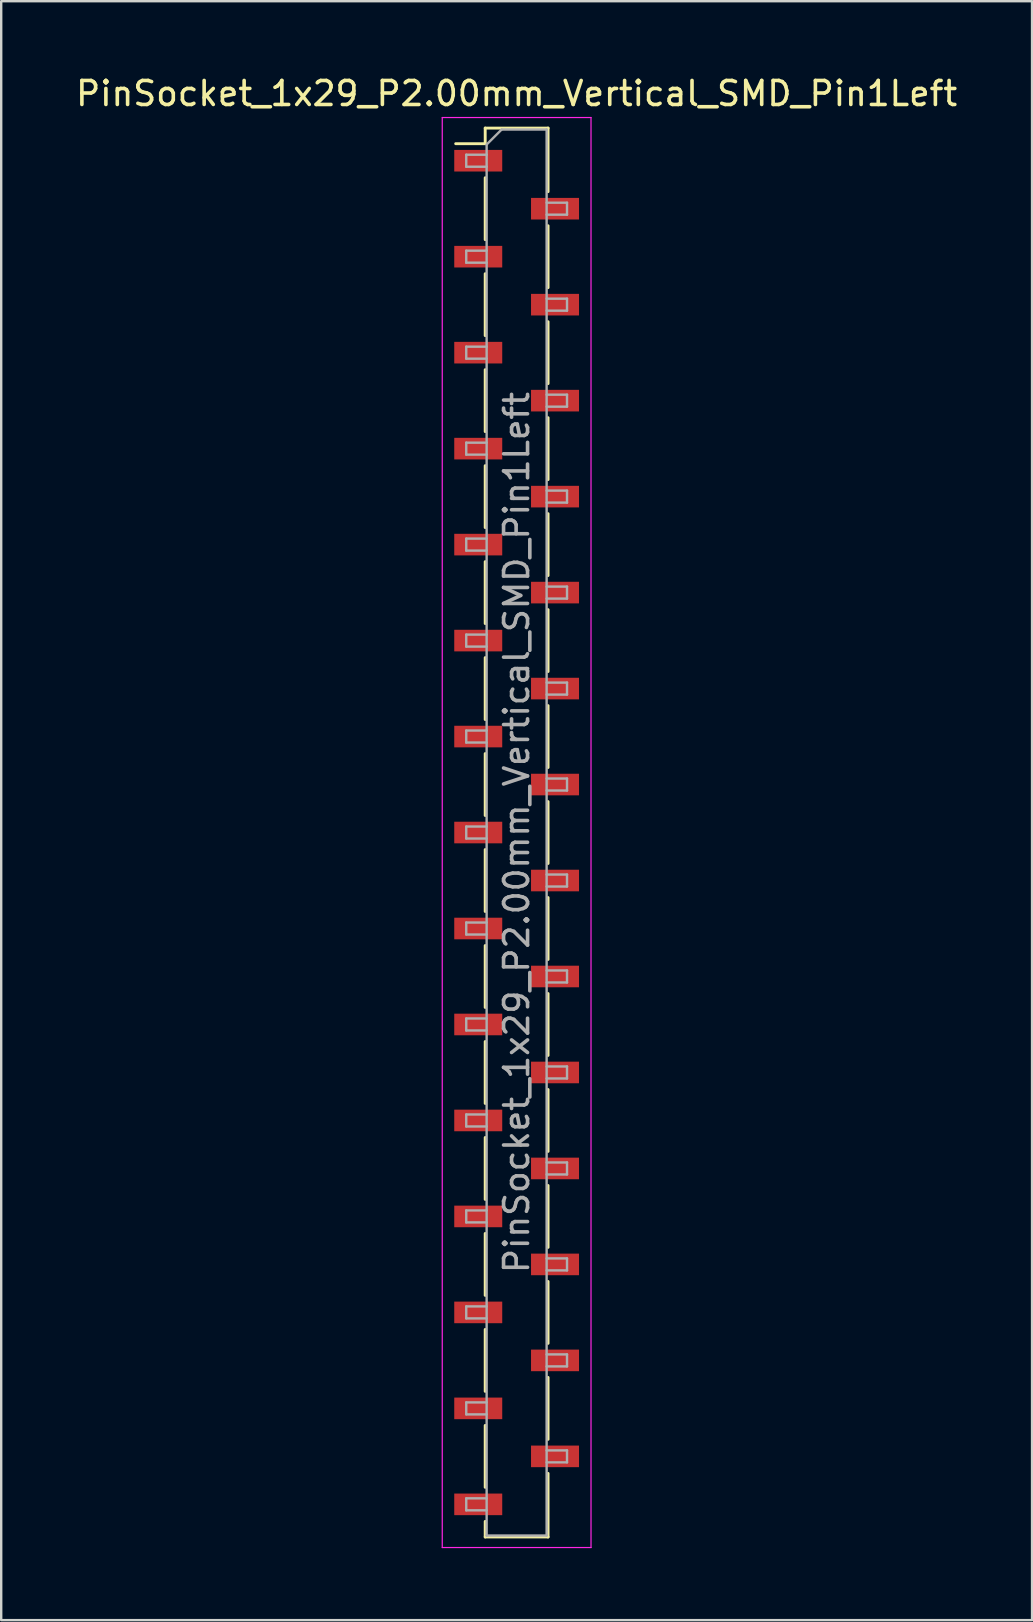
<source format=kicad_pcb>
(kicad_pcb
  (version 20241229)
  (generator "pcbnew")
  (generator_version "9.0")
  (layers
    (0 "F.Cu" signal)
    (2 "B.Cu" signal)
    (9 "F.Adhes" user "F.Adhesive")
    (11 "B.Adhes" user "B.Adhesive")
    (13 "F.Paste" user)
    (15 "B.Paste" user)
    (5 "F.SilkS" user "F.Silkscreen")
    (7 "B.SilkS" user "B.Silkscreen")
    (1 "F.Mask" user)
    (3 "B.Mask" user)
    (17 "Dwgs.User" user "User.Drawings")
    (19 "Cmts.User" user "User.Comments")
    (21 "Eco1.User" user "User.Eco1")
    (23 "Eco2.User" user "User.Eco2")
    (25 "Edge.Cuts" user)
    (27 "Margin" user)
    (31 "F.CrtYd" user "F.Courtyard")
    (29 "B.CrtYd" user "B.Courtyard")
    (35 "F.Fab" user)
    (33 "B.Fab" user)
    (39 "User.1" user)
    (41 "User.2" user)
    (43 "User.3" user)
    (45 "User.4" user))
  (footprint "PinSocket_1x29_P2.00mm_Vertical_SMD_Pin1Left"
    (layer "F.Cu")
    (at 18.482 31.648)
    (property "Reference" "PinSocket_1x29_P2.00mm_Vertical_SMD_Pin1Left" (at 0 -30.8 0) (layer "F.SilkS") (effects (font (size 1 1) (thickness 0.15))))
    (attr smd)
    (fp_line (start -2.54 -28.71) (end -1.31 -28.71) (stroke (width 0.12) (type solid)) (layer "F.SilkS"))
    (fp_line (start -1.31 -29.36) (end -1.31 -28.71) (stroke (width 0.12) (type solid)) (layer "F.SilkS"))
    (fp_line (start -1.31 -29.36) (end 1.31 -29.36) (stroke (width 0.12) (type solid)) (layer "F.SilkS"))
    (fp_line (start -1.31 -27.29) (end -1.31 -24.71) (stroke (width 0.12) (type solid)) (layer "F.SilkS"))
    (fp_line (start -1.31 -23.29) (end -1.31 -20.71) (stroke (width 0.12) (type solid)) (layer "F.SilkS"))
    (fp_line (start -1.31 -19.29) (end -1.31 -16.71) (stroke (width 0.12) (type solid)) (layer "F.SilkS"))
    (fp_line (start -1.31 -15.29) (end -1.31 -12.71) (stroke (width 0.12) (type solid)) (layer "F.SilkS"))
    (fp_line (start -1.31 -11.29) (end -1.31 -8.71) (stroke (width 0.12) (type solid)) (layer "F.SilkS"))
    (fp_line (start -1.31 -7.29) (end -1.31 -4.71) (stroke (width 0.12) (type solid)) (layer "F.SilkS"))
    (fp_line (start -1.31 -3.29) (end -1.31 -0.71) (stroke (width 0.12) (type solid)) (layer "F.SilkS"))
    (fp_line (start -1.31 0.71) (end -1.31 3.29) (stroke (width 0.12) (type solid)) (layer "F.SilkS"))
    (fp_line (start -1.31 4.71) (end -1.31 7.29) (stroke (width 0.12) (type solid)) (layer "F.SilkS"))
    (fp_line (start -1.31 8.71) (end -1.31 11.29) (stroke (width 0.12) (type solid)) (layer "F.SilkS"))
    (fp_line (start -1.31 12.71) (end -1.31 15.29) (stroke (width 0.12) (type solid)) (layer "F.SilkS"))
    (fp_line (start -1.31 16.71) (end -1.31 19.29) (stroke (width 0.12) (type solid)) (layer "F.SilkS"))
    (fp_line (start -1.31 20.71) (end -1.31 23.29) (stroke (width 0.12) (type solid)) (layer "F.SilkS"))
    (fp_line (start -1.31 24.71) (end -1.31 27.29) (stroke (width 0.12) (type solid)) (layer "F.SilkS"))
    (fp_line (start -1.31 28.71) (end -1.31 29.36) (stroke (width 0.12) (type solid)) (layer "F.SilkS"))
    (fp_line (start -1.31 29.36) (end 1.31 29.36) (stroke (width 0.12) (type solid)) (layer "F.SilkS"))
    (fp_line (start 1.31 -29.36) (end 1.31 -26.71) (stroke (width 0.12) (type solid)) (layer "F.SilkS"))
    (fp_line (start 1.31 -25.29) (end 1.31 -22.71) (stroke (width 0.12) (type solid)) (layer "F.SilkS"))
    (fp_line (start 1.31 -21.29) (end 1.31 -18.71) (stroke (width 0.12) (type solid)) (layer "F.SilkS"))
    (fp_line (start 1.31 -17.29) (end 1.31 -14.71) (stroke (width 0.12) (type solid)) (layer "F.SilkS"))
    (fp_line (start 1.31 -13.29) (end 1.31 -10.71) (stroke (width 0.12) (type solid)) (layer "F.SilkS"))
    (fp_line (start 1.31 -9.29) (end 1.31 -6.71) (stroke (width 0.12) (type solid)) (layer "F.SilkS"))
    (fp_line (start 1.31 -5.29) (end 1.31 -2.71) (stroke (width 0.12) (type solid)) (layer "F.SilkS"))
    (fp_line (start 1.31 -1.29) (end 1.31 1.29) (stroke (width 0.12) (type solid)) (layer "F.SilkS"))
    (fp_line (start 1.31 2.71) (end 1.31 5.29) (stroke (width 0.12) (type solid)) (layer "F.SilkS"))
    (fp_line (start 1.31 6.71) (end 1.31 9.29) (stroke (width 0.12) (type solid)) (layer "F.SilkS"))
    (fp_line (start 1.31 10.71) (end 1.31 13.29) (stroke (width 0.12) (type solid)) (layer "F.SilkS"))
    (fp_line (start 1.31 14.71) (end 1.31 17.29) (stroke (width 0.12) (type solid)) (layer "F.SilkS"))
    (fp_line (start 1.31 18.71) (end 1.31 21.29) (stroke (width 0.12) (type solid)) (layer "F.SilkS"))
    (fp_line (start 1.31 22.71) (end 1.31 25.29) (stroke (width 0.12) (type solid)) (layer "F.SilkS"))
    (fp_line (start 1.31 26.71) (end 1.31 29.36) (stroke (width 0.12) (type solid)) (layer "F.SilkS"))
    (fp_line (start -3.1 -29.8) (end 3.1 -29.8) (stroke (width 0.05) (type solid)) (layer "F.CrtYd"))
    (fp_line (start -3.1 29.8) (end -3.1 -29.8) (stroke (width 0.05) (type solid)) (layer "F.CrtYd"))
    (fp_line (start 3.1 -29.8) (end 3.1 29.8) (stroke (width 0.05) (type solid)) (layer "F.CrtYd"))
    (fp_line (start 3.1 29.8) (end -3.1 29.8) (stroke (width 0.05) (type solid)) (layer "F.CrtYd"))
    (fp_line (start -2.1 -28.25) (end -1.25 -28.25) (stroke (width 0.1) (type solid)) (layer "F.Fab"))
    (fp_line (start -2.1 -27.75) (end -2.1 -28.25) (stroke (width 0.1) (type solid)) (layer "F.Fab"))
    (fp_line (start -2.1 -24.25) (end -1.25 -24.25) (stroke (width 0.1) (type solid)) (layer "F.Fab"))
    (fp_line (start -2.1 -23.75) (end -2.1 -24.25) (stroke (width 0.1) (type solid)) (layer "F.Fab"))
    (fp_line (start -2.1 -20.25) (end -1.25 -20.25) (stroke (width 0.1) (type solid)) (layer "F.Fab"))
    (fp_line (start -2.1 -19.75) (end -2.1 -20.25) (stroke (width 0.1) (type solid)) (layer "F.Fab"))
    (fp_line (start -2.1 -16.25) (end -1.25 -16.25) (stroke (width 0.1) (type solid)) (layer "F.Fab"))
    (fp_line (start -2.1 -15.75) (end -2.1 -16.25) (stroke (width 0.1) (type solid)) (layer "F.Fab"))
    (fp_line (start -2.1 -12.25) (end -1.25 -12.25) (stroke (width 0.1) (type solid)) (layer "F.Fab"))
    (fp_line (start -2.1 -11.75) (end -2.1 -12.25) (stroke (width 0.1) (type solid)) (layer "F.Fab"))
    (fp_line (start -2.1 -8.25) (end -1.25 -8.25) (stroke (width 0.1) (type solid)) (layer "F.Fab"))
    (fp_line (start -2.1 -7.75) (end -2.1 -8.25) (stroke (width 0.1) (type solid)) (layer "F.Fab"))
    (fp_line (start -2.1 -4.25) (end -1.25 -4.25) (stroke (width 0.1) (type solid)) (layer "F.Fab"))
    (fp_line (start -2.1 -3.75) (end -2.1 -4.25) (stroke (width 0.1) (type solid)) (layer "F.Fab"))
    (fp_line (start -2.1 -0.25) (end -1.25 -0.25) (stroke (width 0.1) (type solid)) (layer "F.Fab"))
    (fp_line (start -2.1 0.25) (end -2.1 -0.25) (stroke (width 0.1) (type solid)) (layer "F.Fab"))
    (fp_line (start -2.1 3.75) (end -1.25 3.75) (stroke (width 0.1) (type solid)) (layer "F.Fab"))
    (fp_line (start -2.1 4.25) (end -2.1 3.75) (stroke (width 0.1) (type solid)) (layer "F.Fab"))
    (fp_line (start -2.1 7.75) (end -1.25 7.75) (stroke (width 0.1) (type solid)) (layer "F.Fab"))
    (fp_line (start -2.1 8.25) (end -2.1 7.75) (stroke (width 0.1) (type solid)) (layer "F.Fab"))
    (fp_line (start -2.1 11.75) (end -1.25 11.75) (stroke (width 0.1) (type solid)) (layer "F.Fab"))
    (fp_line (start -2.1 12.25) (end -2.1 11.75) (stroke (width 0.1) (type solid)) (layer "F.Fab"))
    (fp_line (start -2.1 15.75) (end -1.25 15.75) (stroke (width 0.1) (type solid)) (layer "F.Fab"))
    (fp_line (start -2.1 16.25) (end -2.1 15.75) (stroke (width 0.1) (type solid)) (layer "F.Fab"))
    (fp_line (start -2.1 19.75) (end -1.25 19.75) (stroke (width 0.1) (type solid)) (layer "F.Fab"))
    (fp_line (start -2.1 20.25) (end -2.1 19.75) (stroke (width 0.1) (type solid)) (layer "F.Fab"))
    (fp_line (start -2.1 23.75) (end -1.25 23.75) (stroke (width 0.1) (type solid)) (layer "F.Fab"))
    (fp_line (start -2.1 24.25) (end -2.1 23.75) (stroke (width 0.1) (type solid)) (layer "F.Fab"))
    (fp_line (start -2.1 27.75) (end -1.25 27.75) (stroke (width 0.1) (type solid)) (layer "F.Fab"))
    (fp_line (start -2.1 28.25) (end -2.1 27.75) (stroke (width 0.1) (type solid)) (layer "F.Fab"))
    (fp_line (start -1.25 -28.675) (end -0.625 -29.3) (stroke (width 0.1) (type solid)) (layer "F.Fab"))
    (fp_line (start -1.25 -27.75) (end -2.1 -27.75) (stroke (width 0.1) (type solid)) (layer "F.Fab"))
    (fp_line (start -1.25 -23.75) (end -2.1 -23.75) (stroke (width 0.1) (type solid)) (layer "F.Fab"))
    (fp_line (start -1.25 -19.75) (end -2.1 -19.75) (stroke (width 0.1) (type solid)) (layer "F.Fab"))
    (fp_line (start -1.25 -15.75) (end -2.1 -15.75) (stroke (width 0.1) (type solid)) (layer "F.Fab"))
    (fp_line (start -1.25 -11.75) (end -2.1 -11.75) (stroke (width 0.1) (type solid)) (layer "F.Fab"))
    (fp_line (start -1.25 -7.75) (end -2.1 -7.75) (stroke (width 0.1) (type solid)) (layer "F.Fab"))
    (fp_line (start -1.25 -3.75) (end -2.1 -3.75) (stroke (width 0.1) (type solid)) (layer "F.Fab"))
    (fp_line (start -1.25 0.25) (end -2.1 0.25) (stroke (width 0.1) (type solid)) (layer "F.Fab"))
    (fp_line (start -1.25 4.25) (end -2.1 4.25) (stroke (width 0.1) (type solid)) (layer "F.Fab"))
    (fp_line (start -1.25 8.25) (end -2.1 8.25) (stroke (width 0.1) (type solid)) (layer "F.Fab"))
    (fp_line (start -1.25 12.25) (end -2.1 12.25) (stroke (width 0.1) (type solid)) (layer "F.Fab"))
    (fp_line (start -1.25 16.25) (end -2.1 16.25) (stroke (width 0.1) (type solid)) (layer "F.Fab"))
    (fp_line (start -1.25 20.25) (end -2.1 20.25) (stroke (width 0.1) (type solid)) (layer "F.Fab"))
    (fp_line (start -1.25 24.25) (end -2.1 24.25) (stroke (width 0.1) (type solid)) (layer "F.Fab"))
    (fp_line (start -1.25 28.25) (end -2.1 28.25) (stroke (width 0.1) (type solid)) (layer "F.Fab"))
    (fp_line (start -1.25 29.3) (end -1.25 -28.675) (stroke (width 0.1) (type solid)) (layer "F.Fab"))
    (fp_line (start -0.625 -29.3) (end 1.25 -29.3) (stroke (width 0.1) (type solid)) (layer "F.Fab"))
    (fp_line (start 1.25 -29.3) (end 1.25 29.3) (stroke (width 0.1) (type solid)) (layer "F.Fab"))
    (fp_line (start 1.25 -26.25) (end 2.1 -26.25) (stroke (width 0.1) (type solid)) (layer "F.Fab"))
    (fp_line (start 1.25 -22.25) (end 2.1 -22.25) (stroke (width 0.1) (type solid)) (layer "F.Fab"))
    (fp_line (start 1.25 -18.25) (end 2.1 -18.25) (stroke (width 0.1) (type solid)) (layer "F.Fab"))
    (fp_line (start 1.25 -14.25) (end 2.1 -14.25) (stroke (width 0.1) (type solid)) (layer "F.Fab"))
    (fp_line (start 1.25 -10.25) (end 2.1 -10.25) (stroke (width 0.1) (type solid)) (layer "F.Fab"))
    (fp_line (start 1.25 -6.25) (end 2.1 -6.25) (stroke (width 0.1) (type solid)) (layer "F.Fab"))
    (fp_line (start 1.25 -2.25) (end 2.1 -2.25) (stroke (width 0.1) (type solid)) (layer "F.Fab"))
    (fp_line (start 1.25 1.75) (end 2.1 1.75) (stroke (width 0.1) (type solid)) (layer "F.Fab"))
    (fp_line (start 1.25 5.75) (end 2.1 5.75) (stroke (width 0.1) (type solid)) (layer "F.Fab"))
    (fp_line (start 1.25 9.75) (end 2.1 9.75) (stroke (width 0.1) (type solid)) (layer "F.Fab"))
    (fp_line (start 1.25 13.75) (end 2.1 13.75) (stroke (width 0.1) (type solid)) (layer "F.Fab"))
    (fp_line (start 1.25 17.75) (end 2.1 17.75) (stroke (width 0.1) (type solid)) (layer "F.Fab"))
    (fp_line (start 1.25 21.75) (end 2.1 21.75) (stroke (width 0.1) (type solid)) (layer "F.Fab"))
    (fp_line (start 1.25 25.75) (end 2.1 25.75) (stroke (width 0.1) (type solid)) (layer "F.Fab"))
    (fp_line (start 1.25 29.3) (end -1.25 29.3) (stroke (width 0.1) (type solid)) (layer "F.Fab"))
    (fp_line (start 2.1 -26.25) (end 2.1 -25.75) (stroke (width 0.1) (type solid)) (layer "F.Fab"))
    (fp_line (start 2.1 -25.75) (end 1.25 -25.75) (stroke (width 0.1) (type solid)) (layer "F.Fab"))
    (fp_line (start 2.1 -22.25) (end 2.1 -21.75) (stroke (width 0.1) (type solid)) (layer "F.Fab"))
    (fp_line (start 2.1 -21.75) (end 1.25 -21.75) (stroke (width 0.1) (type solid)) (layer "F.Fab"))
    (fp_line (start 2.1 -18.25) (end 2.1 -17.75) (stroke (width 0.1) (type solid)) (layer "F.Fab"))
    (fp_line (start 2.1 -17.75) (end 1.25 -17.75) (stroke (width 0.1) (type solid)) (layer "F.Fab"))
    (fp_line (start 2.1 -14.25) (end 2.1 -13.75) (stroke (width 0.1) (type solid)) (layer "F.Fab"))
    (fp_line (start 2.1 -13.75) (end 1.25 -13.75) (stroke (width 0.1) (type solid)) (layer "F.Fab"))
    (fp_line (start 2.1 -10.25) (end 2.1 -9.75) (stroke (width 0.1) (type solid)) (layer "F.Fab"))
    (fp_line (start 2.1 -9.75) (end 1.25 -9.75) (stroke (width 0.1) (type solid)) (layer "F.Fab"))
    (fp_line (start 2.1 -6.25) (end 2.1 -5.75) (stroke (width 0.1) (type solid)) (layer "F.Fab"))
    (fp_line (start 2.1 -5.75) (end 1.25 -5.75) (stroke (width 0.1) (type solid)) (layer "F.Fab"))
    (fp_line (start 2.1 -2.25) (end 2.1 -1.75) (stroke (width 0.1) (type solid)) (layer "F.Fab"))
    (fp_line (start 2.1 -1.75) (end 1.25 -1.75) (stroke (width 0.1) (type solid)) (layer "F.Fab"))
    (fp_line (start 2.1 1.75) (end 2.1 2.25) (stroke (width 0.1) (type solid)) (layer "F.Fab"))
    (fp_line (start 2.1 2.25) (end 1.25 2.25) (stroke (width 0.1) (type solid)) (layer "F.Fab"))
    (fp_line (start 2.1 5.75) (end 2.1 6.25) (stroke (width 0.1) (type solid)) (layer "F.Fab"))
    (fp_line (start 2.1 6.25) (end 1.25 6.25) (stroke (width 0.1) (type solid)) (layer "F.Fab"))
    (fp_line (start 2.1 9.75) (end 2.1 10.25) (stroke (width 0.1) (type solid)) (layer "F.Fab"))
    (fp_line (start 2.1 10.25) (end 1.25 10.25) (stroke (width 0.1) (type solid)) (layer "F.Fab"))
    (fp_line (start 2.1 13.75) (end 2.1 14.25) (stroke (width 0.1) (type solid)) (layer "F.Fab"))
    (fp_line (start 2.1 14.25) (end 1.25 14.25) (stroke (width 0.1) (type solid)) (layer "F.Fab"))
    (fp_line (start 2.1 17.75) (end 2.1 18.25) (stroke (width 0.1) (type solid)) (layer "F.Fab"))
    (fp_line (start 2.1 18.25) (end 1.25 18.25) (stroke (width 0.1) (type solid)) (layer "F.Fab"))
    (fp_line (start 2.1 21.75) (end 2.1 22.25) (stroke (width 0.1) (type solid)) (layer "F.Fab"))
    (fp_line (start 2.1 22.25) (end 1.25 22.25) (stroke (width 0.1) (type solid)) (layer "F.Fab"))
    (fp_line (start 2.1 25.75) (end 2.1 26.25) (stroke (width 0.1) (type solid)) (layer "F.Fab"))
    (fp_line (start 2.1 26.25) (end 1.25 26.25) (stroke (width 0.1) (type solid)) (layer "F.Fab"))
    (fp_text user "${REFERENCE}" (at 0 0 90) (layer "F.Fab") (effects (font (size 1 1) (thickness 0.15))))
    (pad "1" smd rect (at -1.6 -28) (size 2 0.9) (layers "F.Cu" "F.Mask" "F.Paste"))
    (pad "2" smd rect (at 1.6 -26) (size 2 0.9) (layers "F.Cu" "F.Mask" "F.Paste"))
    (pad "3" smd rect (at -1.6 -24) (size 2 0.9) (layers "F.Cu" "F.Mask" "F.Paste"))
    (pad "4" smd rect (at 1.6 -22) (size 2 0.9) (layers "F.Cu" "F.Mask" "F.Paste"))
    (pad "5" smd rect (at -1.6 -20) (size 2 0.9) (layers "F.Cu" "F.Mask" "F.Paste"))
    (pad "6" smd rect (at 1.6 -18) (size 2 0.9) (layers "F.Cu" "F.Mask" "F.Paste"))
    (pad "7" smd rect (at -1.6 -16) (size 2 0.9) (layers "F.Cu" "F.Mask" "F.Paste"))
    (pad "8" smd rect (at 1.6 -14) (size 2 0.9) (layers "F.Cu" "F.Mask" "F.Paste"))
    (pad "9" smd rect (at -1.6 -12) (size 2 0.9) (layers "F.Cu" "F.Mask" "F.Paste"))
    (pad "10" smd rect (at 1.6 -10) (size 2 0.9) (layers "F.Cu" "F.Mask" "F.Paste"))
    (pad "11" smd rect (at -1.6 -8) (size 2 0.9) (layers "F.Cu" "F.Mask" "F.Paste"))
    (pad "12" smd rect (at 1.6 -6) (size 2 0.9) (layers "F.Cu" "F.Mask" "F.Paste"))
    (pad "13" smd rect (at -1.6 -4) (size 2 0.9) (layers "F.Cu" "F.Mask" "F.Paste"))
    (pad "14" smd rect (at 1.6 -2) (size 2 0.9) (layers "F.Cu" "F.Mask" "F.Paste"))
    (pad "15" smd rect (at -1.6 0) (size 2 0.9) (layers "F.Cu" "F.Mask" "F.Paste"))
    (pad "16" smd rect (at 1.6 2) (size 2 0.9) (layers "F.Cu" "F.Mask" "F.Paste"))
    (pad "17" smd rect (at -1.6 4) (size 2 0.9) (layers "F.Cu" "F.Mask" "F.Paste"))
    (pad "18" smd rect (at 1.6 6) (size 2 0.9) (layers "F.Cu" "F.Mask" "F.Paste"))
    (pad "19" smd rect (at -1.6 8) (size 2 0.9) (layers "F.Cu" "F.Mask" "F.Paste"))
    (pad "20" smd rect (at 1.6 10) (size 2 0.9) (layers "F.Cu" "F.Mask" "F.Paste"))
    (pad "21" smd rect (at -1.6 12) (size 2 0.9) (layers "F.Cu" "F.Mask" "F.Paste"))
    (pad "22" smd rect (at 1.6 14) (size 2 0.9) (layers "F.Cu" "F.Mask" "F.Paste"))
    (pad "23" smd rect (at -1.6 16) (size 2 0.9) (layers "F.Cu" "F.Mask" "F.Paste"))
    (pad "24" smd rect (at 1.6 18) (size 2 0.9) (layers "F.Cu" "F.Mask" "F.Paste"))
    (pad "25" smd rect (at -1.6 20) (size 2 0.9) (layers "F.Cu" "F.Mask" "F.Paste"))
    (pad "26" smd rect (at 1.6 22) (size 2 0.9) (layers "F.Cu" "F.Mask" "F.Paste"))
    (pad "27" smd rect (at -1.6 24) (size 2 0.9) (layers "F.Cu" "F.Mask" "F.Paste"))
    (pad "28" smd rect (at 1.6 26) (size 2 0.9) (layers "F.Cu" "F.Mask" "F.Paste"))
    (pad "29" smd rect (at -1.6 28) (size 2 0.9) (layers "F.Cu" "F.Mask" "F.Paste")))
  (gr_rect
    (start -3 -3)
    (end 39.964 64.473)
    (stroke (width 0.1) (type default))
    (fill no)
    (layer "Edge.Cuts")))
</source>
